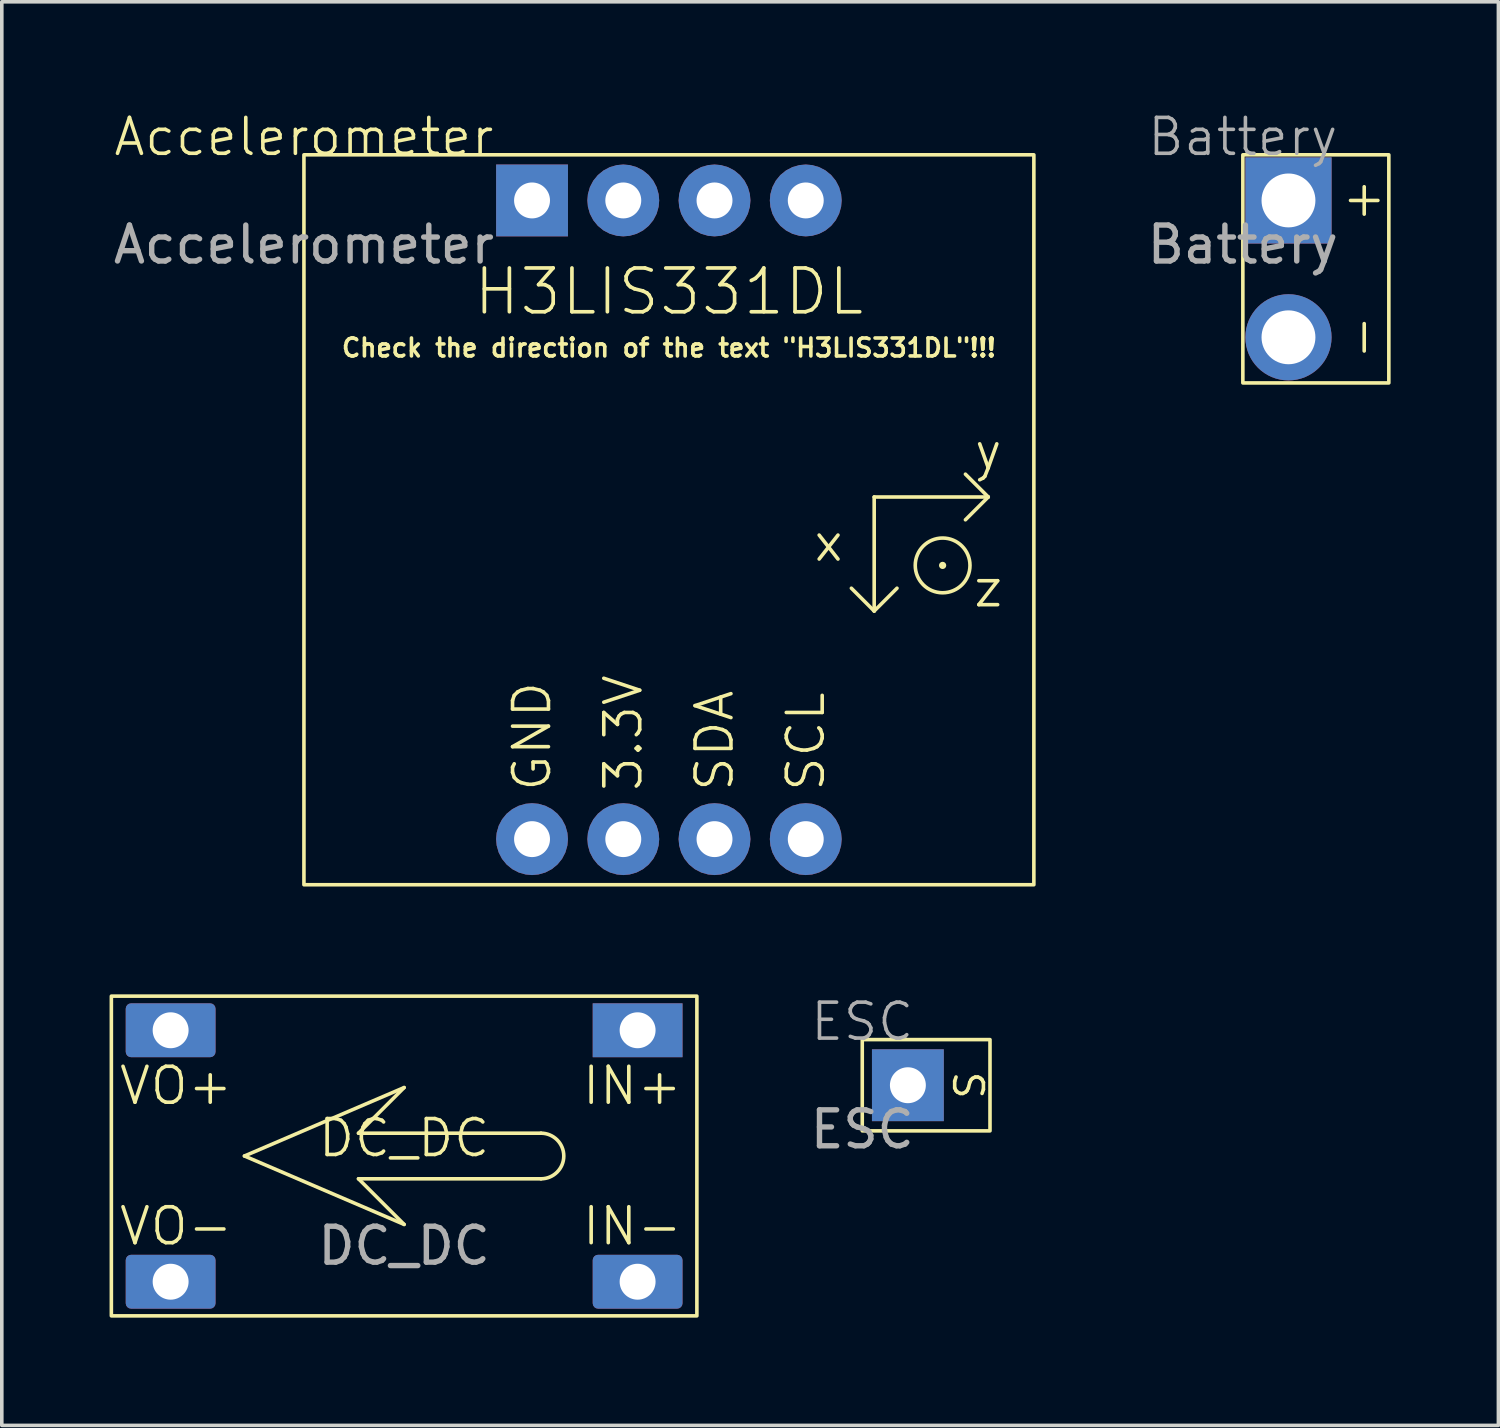
<source format=kicad_pcb>
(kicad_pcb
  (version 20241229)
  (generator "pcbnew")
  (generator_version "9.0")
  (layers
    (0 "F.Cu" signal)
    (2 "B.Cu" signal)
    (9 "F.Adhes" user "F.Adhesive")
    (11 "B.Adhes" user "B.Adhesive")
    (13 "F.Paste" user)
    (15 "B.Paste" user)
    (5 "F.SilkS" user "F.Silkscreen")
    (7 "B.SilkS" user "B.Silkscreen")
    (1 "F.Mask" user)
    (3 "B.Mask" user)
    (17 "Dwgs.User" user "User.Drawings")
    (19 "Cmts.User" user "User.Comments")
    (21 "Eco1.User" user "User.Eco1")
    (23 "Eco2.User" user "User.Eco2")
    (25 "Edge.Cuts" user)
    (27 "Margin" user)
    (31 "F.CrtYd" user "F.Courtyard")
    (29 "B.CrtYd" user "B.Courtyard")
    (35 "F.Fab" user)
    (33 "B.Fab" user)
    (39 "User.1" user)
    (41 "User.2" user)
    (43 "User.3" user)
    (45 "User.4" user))
  (footprint "Battery"
    (layer "F.Cu")
    (at 31.549 1.26)
    (property "Reference" "Battery" (at 0 -0.5 0) (unlocked yes) (layer "F.Fab") (effects (font (size 1 1) (thickness 0.1))))
    (attr through_hole)
    (fp_rect (start 0 0) (end 4.064 6.35) (stroke (width 0.1) (type default)) (fill no) (layer "F.SilkS"))
    (fp_text user "+" (at 3.302 1.27 90) (unlocked yes) (layer "F.SilkS") (effects (font (size 1 1) (thickness 0.1))))
    (fp_text user "-" (at 3.302 5.08 90) (unlocked yes) (layer "F.SilkS") (effects (font (size 1 1) (thickness 0.1))))
    (fp_text user "${REFERENCE}" (at 0 2.5 0) (unlocked yes) (layer "F.Fab") (effects (font (size 1 1) (thickness 0.15))))
    (pad "1" thru_hole rect (at 1.27 1.27) (size 2.4 2.4) (drill 1.5) (layers "*.Cu" "*.Mask"))
    (pad "2" thru_hole circle (at 1.27 5.08) (size 2.4 2.4) (drill 1.5) (layers "*.Cu" "*.Mask")))
  (footprint "DC_DC"
    (layer "F.Cu")
    (at 8.2 29.131)
    (property "Reference" "DC_DC" (at 0 -0.5 0) (unlocked yes) (layer "F.SilkS") (effects (font (size 1 1) (thickness 0.1))))
    (attr smd)
    (fp_line (start -4.445 0) (end 0 1.905) (stroke (width 0.1) (type solid)) (layer "F.SilkS"))
    (fp_line (start -1.27 -0.635) (end 0 -1.905) (stroke (width 0.1) (type solid)) (layer "F.SilkS"))
    (fp_line (start -1.27 0.635) (end 3.81 0.635) (stroke (width 0.1) (type solid)) (layer "F.SilkS"))
    (fp_line (start 0 -1.905) (end -4.445 0) (stroke (width 0.1) (type solid)) (layer "F.SilkS"))
    (fp_line (start 0 1.905) (end -1.27 0.635) (stroke (width 0.1) (type solid)) (layer "F.SilkS"))
    (fp_line (start 3.81 -0.635) (end -1.27 -0.635) (stroke (width 0.1) (type solid)) (layer "F.SilkS"))
    (fp_rect (start -8.15 -4.45) (end 8.15 4.45) (stroke (width 0.1) (type solid)) (fill no) (layer "F.SilkS"))
    (fp_arc (start 3.81 -0.635) (mid 4.445 0) (end 3.81 0.635) (stroke (width 0.1) (type solid)) (layer "F.SilkS"))
    (fp_text user "VO+" (at -6.35 -2.54 0) (unlocked yes) (layer "F.SilkS") (effects (font (size 1 1) (thickness 0.1)) (justify top)))
    (fp_text user "VO-" (at -6.35 2.54 0) (unlocked yes) (layer "F.SilkS") (effects (font (size 1 1) (thickness 0.1)) (justify bottom)))
    (fp_text user "IN-" (at 6.35 2.54 0) (unlocked yes) (layer "F.SilkS") (effects (font (size 1 1) (thickness 0.1)) (justify bottom)))
    (fp_text user "IN+" (at 6.35 -2.54 0) (unlocked yes) (layer "F.SilkS") (effects (font (size 1 1) (thickness 0.1)) (justify top)))
    (fp_text user "${REFERENCE}" (at 0 2.5 0) (unlocked yes) (layer "F.Fab") (effects (font (size 1 1) (thickness 0.15))))
    (pad "1" thru_hole rect (at 6.5 -3.5) (size 2.5 1.5) (drill 1) (layers "*.Cu" "*.Mask"))
    (pad "2" thru_hole roundrect (at 6.5 3.5) (size 2.5 1.5) (drill 1) (layers "*.Cu" "*.Mask") (roundrect_rratio 0.1))
    (pad "3" thru_hole roundrect (at -6.5 -3.5) (size 2.5 1.5) (drill 1) (layers "*.Cu" "*.Mask") (roundrect_rratio 0.1))
    (pad "4" thru_hole roundrect (at -6.5 3.5) (size 2.5 1.5) (drill 1) (layers "*.Cu" "*.Mask") (roundrect_rratio 0.1)))
  (footprint "Accelerometer"
    (layer "F.Cu")
    (at 5.411 1.26)
    (property "Reference" "Accelerometer" (at 0 -0.5 0) (unlocked yes) (layer "F.SilkS") (effects (font (size 1 1) (thickness 0.1))))
    (fp_line (start 15.875 9.525) (end 15.875 12.7) (stroke (width 0.1) (type default)) (layer "F.SilkS"))
    (fp_line (start 15.875 9.525) (end 19.05 9.525) (stroke (width 0.1) (type default)) (layer "F.SilkS"))
    (fp_line (start 15.875 12.7) (end 15.24 12.065) (stroke (width 0.1) (type default)) (layer "F.SilkS"))
    (fp_line (start 15.875 12.7) (end 16.51 12.065) (stroke (width 0.1) (type default)) (layer "F.SilkS"))
    (fp_line (start 19.05 9.525) (end 18.415 8.89) (stroke (width 0.1) (type default)) (layer "F.SilkS"))
    (fp_line (start 19.05 9.525) (end 18.415 10.16) (stroke (width 0.1) (type default)) (layer "F.SilkS"))
    (fp_rect (start 0 0) (end 20.32 20.32) (stroke (width 0.1) (type solid)) (fill no) (layer "F.SilkS"))
    (fp_circle (center 17.78 11.43) (end 17.831 11.43) (stroke (width 0.1) (type solid)) (fill no) (layer "F.SilkS"))
    (fp_circle (center 17.78 11.43) (end 18.542 11.43) (stroke (width 0.1) (type solid)) (fill no) (layer "F.SilkS"))
    (fp_text user "Check the direction of the text \"H3LIS331DL\"!!!" (at 10.16 5.08 0) (unlocked yes) (layer "F.SilkS") (effects (font (size 0.5 0.5) (thickness 0.1)) (justify top)))
    (fp_text user "y" (at 19.05 8.255 0) (unlocked yes) (layer "F.SilkS") (effects (font (size 1 1) (thickness 0.1))))
    (fp_text user "x" (at 14.605 10.795 0) (unlocked yes) (layer "F.SilkS") (effects (font (size 1 1) (thickness 0.1))))
    (fp_text user "SCL" (at 13.97 17.78 90) (unlocked yes) (layer "F.SilkS") (effects (font (size 1 1) (thickness 0.1)) (justify left)))
    (fp_text user "GND" (at 6.35 17.78 90) (unlocked yes) (layer "F.SilkS") (effects (font (size 1 1) (thickness 0.1)) (justify left)))
    (fp_text user "H3LIS331DL" (at 10.16 3.81 0) (unlocked yes) (layer "F.SilkS") (effects (font (size 1.219 1.219) (thickness 0.102))))
    (fp_text user "SDA" (at 11.43 17.78 90) (unlocked yes) (layer "F.SilkS") (effects (font (size 1 1) (thickness 0.1)) (justify left)))
    (fp_text user "z" (at 19.05 12.065 0) (unlocked yes) (layer "F.SilkS") (effects (font (size 1 1) (thickness 0.1))))
    (fp_text user "3.3V" (at 8.89 17.78 90) (unlocked yes) (layer "F.SilkS") (effects (font (size 1 1) (thickness 0.1)) (justify left)))
    (fp_text user "${REFERENCE}" (at 0 2.5 0) (unlocked yes) (layer "F.Fab") (effects (font (size 1 1) (thickness 0.15))))
    (pad "1" thru_hole rect (at 6.35 1.27) (size 2 2) (drill 1) (layers "*.Cu" "*.Mask"))
    (pad "2" thru_hole roundrect (at 8.89 1.27) (size 2 2) (drill 1) (layers "*.Cu" "*.Mask") (roundrect_rratio 0.5))
    (pad "3" thru_hole roundrect (at 11.43 1.27) (size 2 2) (drill 1) (layers "*.Cu" "*.Mask") (roundrect_rratio 0.5))
    (pad "4" thru_hole roundrect (at 13.97 1.27) (size 2 2) (drill 1) (layers "*.Cu" "*.Mask") (roundrect_rratio 0.5))
    (pad "5" thru_hole roundrect (at 6.35 19.05) (size 2 2) (drill 1) (layers "*.Cu" "*.Mask") (roundrect_rratio 0.5))
    (pad "6" thru_hole roundrect (at 8.89 19.05) (size 2 2) (drill 1) (layers "*.Cu" "*.Mask") (roundrect_rratio 0.5))
    (pad "7" thru_hole roundrect (at 11.43 19.05) (size 2 2) (drill 1) (layers "*.Cu" "*.Mask") (roundrect_rratio 0.5))
    (pad "8" thru_hole roundrect (at 13.97 19.05) (size 2 2) (drill 1) (layers "*.Cu" "*.Mask") (roundrect_rratio 0.5)))
  (footprint "ESC"
    (layer "F.Cu")
    (at 20.954 25.891)
    (property "Reference" "ESC" (at 0 -0.5 0) (unlocked yes) (layer "F.Fab") (effects (font (size 1 1) (thickness 0.1))))
    (attr through_hole)
    (fp_rect (start 0 0) (end 3.556 2.54) (stroke (width 0.1) (type default)) (fill no) (layer "F.SilkS"))
    (fp_text user "S" (at 2.54 1.27 90) (unlocked yes) (layer "F.SilkS") (effects (font (size 0.8 0.8) (thickness 0.1)) (justify top)))
    (fp_text user "${REFERENCE}" (at 0 2.5 0) (unlocked yes) (layer "F.Fab") (effects (font (size 1 1) (thickness 0.15))))
    (pad "1" thru_hole rect (at 1.27 1.27) (size 2 2) (drill 1) (layers "*.Cu" "*.Mask")))
  (gr_rect
    (start -3 -3)
    (end 38.663 36.63)
    (stroke (width 0.1) (type default))
    (fill no)
    (layer "Edge.Cuts")))
</source>
